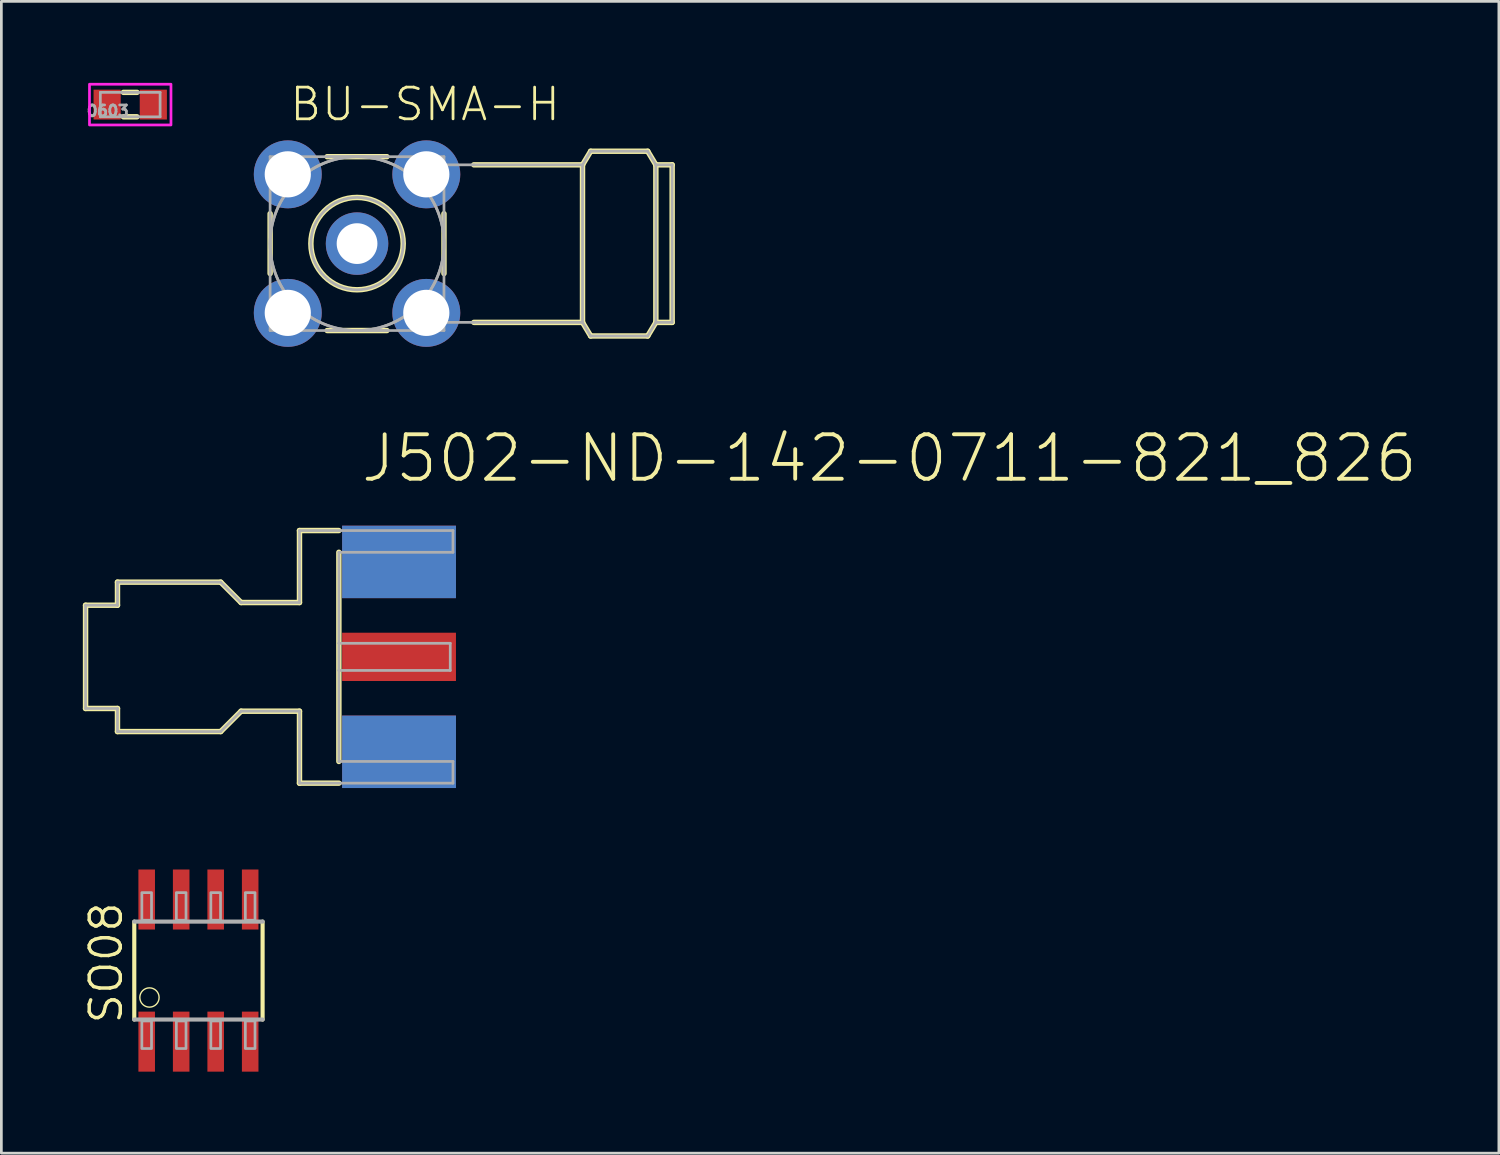
<source format=kicad_pcb>
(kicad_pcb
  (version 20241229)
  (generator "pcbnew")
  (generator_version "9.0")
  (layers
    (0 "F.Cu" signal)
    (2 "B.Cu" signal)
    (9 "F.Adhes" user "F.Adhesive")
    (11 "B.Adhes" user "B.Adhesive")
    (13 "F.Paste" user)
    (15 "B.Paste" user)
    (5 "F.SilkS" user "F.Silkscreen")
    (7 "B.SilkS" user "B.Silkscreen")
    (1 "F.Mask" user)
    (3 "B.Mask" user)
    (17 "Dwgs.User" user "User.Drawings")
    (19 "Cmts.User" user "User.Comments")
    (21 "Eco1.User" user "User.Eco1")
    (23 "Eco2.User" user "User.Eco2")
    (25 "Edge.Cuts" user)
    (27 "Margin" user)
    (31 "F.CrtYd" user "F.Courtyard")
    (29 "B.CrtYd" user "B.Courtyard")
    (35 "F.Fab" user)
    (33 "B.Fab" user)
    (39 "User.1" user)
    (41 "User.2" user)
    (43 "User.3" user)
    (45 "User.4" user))
  (footprint "0603"
    (layer "F.Cu")
    (at 1.744 0.8)
    (property "Reference" "0603" (at 0 0 0) (layer "F.Fab") (effects (font (size 0.4 0.4) (thickness 0.1)) (justify right top)))
    (fp_line (start -0.25 -0.45) (end 0.25 -0.45) (stroke (width 0.2) (type solid)) (layer "F.SilkS"))
    (fp_line (start -0.25 0.45) (end 0.25 0.45) (stroke (width 0.2) (type solid)) (layer "F.SilkS"))
    (fp_poly (pts (xy -1.5 0.75) (xy 1.5 0.75) (xy 1.5 -0.75) (xy -1.5 -0.75)) (stroke (width 0.1) (type solid)) (fill no) (layer "F.CrtYd"))
    (fp_line (start -1.1 -0.45) (end 1.1 -0.45) (stroke (width 0.1) (type solid)) (layer "F.Fab"))
    (fp_line (start -1.1 0.45) (end -1.1 -0.45) (stroke (width 0.1) (type solid)) (layer "F.Fab"))
    (fp_line (start 1.1 -0.45) (end 1.1 0.45) (stroke (width 0.1) (type solid)) (layer "F.Fab"))
    (fp_line (start 1.1 0.45) (end -1.1 0.45) (stroke (width 0.1) (type solid)) (layer "F.Fab"))
    (pad "1" smd rect (at -0.85 0) (size 1 1.1) (layers "F.Cu" "F.Mask" "F.Paste"))
    (pad "2" smd rect (at 0.85 0) (size 1 1.1) (layers "F.Cu" "F.Mask" "F.Paste")))
  (footprint "BU-SMA-H"
    (layer "F.Cu")
    (at 10.094 5.918)
    (property "Reference" "BU-SMA-H" (at -2.54 -4.445 0) (layer "F.SilkS") (effects (font (size 1.168 1.168) (thickness 0.102)) (justify left bottom)))
    (fp_line (start -3.2 1.1) (end -3.2 -1.1) (stroke (width 0.2) (type solid)) (layer "F.SilkS"))
    (fp_line (start -1.1 -3.2) (end 1.1 -3.2) (stroke (width 0.2) (type solid)) (layer "F.SilkS"))
    (fp_line (start 1.1 3.2) (end -1.1 3.2) (stroke (width 0.2) (type solid)) (layer "F.SilkS"))
    (fp_line (start 3.2 -1.1) (end 3.2 1.1) (stroke (width 0.2) (type solid)) (layer "F.SilkS"))
    (fp_line (start 4.3 -2.9) (end 8.3 -2.9) (stroke (width 0.2) (type solid)) (layer "F.SilkS"))
    (fp_line (start 4.3 2.9) (end 8.3 2.9) (stroke (width 0.2) (type solid)) (layer "F.SilkS"))
    (fp_line (start 8.3 -2.9) (end 8.6 -3.4) (stroke (width 0.2) (type solid)) (layer "F.SilkS"))
    (fp_line (start 8.3 2.9) (end 8.3 -2.9) (stroke (width 0.2) (type solid)) (layer "F.SilkS"))
    (fp_line (start 8.3 2.9) (end 8.6 3.4) (stroke (width 0.2) (type solid)) (layer "F.SilkS"))
    (fp_line (start 8.6 -3.4) (end 10.7 -3.4) (stroke (width 0.2) (type solid)) (layer "F.SilkS"))
    (fp_line (start 8.6 3.4) (end 10.7 3.4) (stroke (width 0.2) (type solid)) (layer "F.SilkS"))
    (fp_line (start 10.7 -3.4) (end 11 -2.9) (stroke (width 0.2) (type solid)) (layer "F.SilkS"))
    (fp_line (start 10.7 3.4) (end 11 2.9) (stroke (width 0.2) (type solid)) (layer "F.SilkS"))
    (fp_line (start 11 -2.9) (end 11.6 -2.9) (stroke (width 0.2) (type solid)) (layer "F.SilkS"))
    (fp_line (start 11 2.9) (end 11 -2.9) (stroke (width 0.2) (type solid)) (layer "F.SilkS"))
    (fp_line (start 11 2.9) (end 11.6 2.9) (stroke (width 0.2) (type solid)) (layer "F.SilkS"))
    (fp_line (start 11.6 2.9) (end 11.6 -2.9) (stroke (width 0.2) (type solid)) (layer "F.SilkS"))
    (fp_circle (center 0 0) (end 1.7 0) (stroke (width 0.2) (type solid)) (fill no) (layer "F.SilkS"))
    (fp_line (start -3.2 1.1) (end -3.2 -1.1) (stroke (width 0.1) (type solid)) (layer "F.Fab"))
    (fp_line (start -3.2 3.2) (end -3.2 -3.2) (stroke (width 0.1) (type solid)) (layer "F.Fab"))
    (fp_line (start -3.2 -3.2) (end 3.2 -3.2) (stroke (width 0.1) (type solid)) (layer "F.Fab"))
    (fp_line (start -1.1 -3.2) (end 1.1 -3.2) (stroke (width 0.1) (type solid)) (layer "F.Fab"))
    (fp_line (start 1.1 3.2) (end -1.1 3.2) (stroke (width 0.1) (type solid)) (layer "F.Fab"))
    (fp_line (start 3.2 3.2) (end -3.2 3.2) (stroke (width 0.1) (type solid)) (layer "F.Fab"))
    (fp_line (start 3.2 -3.2) (end 3.2 -2.9) (stroke (width 0.1) (type solid)) (layer "F.Fab"))
    (fp_line (start 3.2 -2.9) (end 3.2 2.9) (stroke (width 0.1) (type solid)) (layer "F.Fab"))
    (fp_line (start 3.2 -2.9) (end 4.3 -2.9) (stroke (width 0.1) (type solid)) (layer "F.Fab"))
    (fp_line (start 3.2 -1.1) (end 3.2 1.1) (stroke (width 0.1) (type solid)) (layer "F.Fab"))
    (fp_line (start 3.2 2.9) (end 3.2 3.2) (stroke (width 0.1) (type solid)) (layer "F.Fab"))
    (fp_line (start 3.2 2.9) (end 4.3 2.9) (stroke (width 0.1) (type solid)) (layer "F.Fab"))
    (fp_line (start 4.3 -2.9) (end 8.3 -2.9) (stroke (width 0.1) (type solid)) (layer "F.Fab"))
    (fp_line (start 4.3 2.9) (end 8.3 2.9) (stroke (width 0.1) (type solid)) (layer "F.Fab"))
    (fp_line (start 8.3 -2.9) (end 8.6 -3.4) (stroke (width 0.1) (type solid)) (layer "F.Fab"))
    (fp_line (start 8.3 2.9) (end 8.3 -2.9) (stroke (width 0.1) (type solid)) (layer "F.Fab"))
    (fp_line (start 8.3 2.9) (end 8.6 3.4) (stroke (width 0.1) (type solid)) (layer "F.Fab"))
    (fp_line (start 8.6 -3.4) (end 10.7 -3.4) (stroke (width 0.1) (type solid)) (layer "F.Fab"))
    (fp_line (start 8.6 3.4) (end 10.7 3.4) (stroke (width 0.1) (type solid)) (layer "F.Fab"))
    (fp_line (start 10.7 -3.4) (end 11 -2.9) (stroke (width 0.1) (type solid)) (layer "F.Fab"))
    (fp_line (start 10.7 3.4) (end 11 2.9) (stroke (width 0.1) (type solid)) (layer "F.Fab"))
    (fp_line (start 11 -2.9) (end 11.6 -2.9) (stroke (width 0.1) (type solid)) (layer "F.Fab"))
    (fp_line (start 11 2.9) (end 11 -2.9) (stroke (width 0.1) (type solid)) (layer "F.Fab"))
    (fp_line (start 11 2.9) (end 11.6 2.9) (stroke (width 0.1) (type solid)) (layer "F.Fab"))
    (fp_line (start 11.6 2.9) (end 11.6 -2.9) (stroke (width 0.1) (type solid)) (layer "F.Fab"))
    (fp_circle (center 0 0) (end 1.7 0) (stroke (width 0.1) (type solid)) (fill no) (layer "F.Fab"))
    (fp_circle (center 0 0) (end 3.2 0) (stroke (width 0.1) (type solid)) (fill no) (layer "F.Fab"))
    (fp_circle (center 0 0) (end 3.2 0) (stroke (width 0.1) (type solid)) (fill no) (layer "F.Fab"))
    (pad "1" thru_hole circle (at 0 0) (size 2.3 2.3) (drill 1.5) (layers "*.Cu" "*.Mask"))
    (pad "2" thru_hole circle (at -2.55 -2.55) (size 2.5 2.5) (drill 1.7) (layers "*.Cu" "*.Mask"))
    (pad "3" thru_hole circle (at 2.55 -2.55) (size 2.5 2.5) (drill 1.7) (layers "*.Cu" "*.Mask"))
    (pad "4" thru_hole circle (at 2.55 2.55) (size 2.5 2.5) (drill 1.7) (layers "*.Cu" "*.Mask"))
    (pad "5" thru_hole circle (at -2.55 2.55) (size 2.5 2.5) (drill 1.7) (layers "*.Cu" "*.Mask")))
  (footprint "SO08"
    (layer "F.Cu")
    (at 4.255 32.68)
    (property "Reference" "SO08" (at -2.731 2.032 90) (layer "F.SilkS") (effects (font (size 1.143 1.143) (thickness 0.127)) (justify left bottom)))
    (fp_line (start -2.362 -1.803) (end -2.362 1.803) (stroke (width 0.152) (type solid)) (layer "F.SilkS"))
    (fp_line (start 2.362 1.803) (end 2.362 -1.803) (stroke (width 0.152) (type solid)) (layer "F.SilkS"))
    (fp_circle (center -1.803 0.991) (end -1.448 0.991) (stroke (width 0.051) (type solid)) (fill no) (layer "F.SilkS"))
    (fp_line (start -2.362 1.803) (end 2.362 1.803) (stroke (width 0.152) (type solid)) (layer "F.Fab"))
    (fp_line (start 2.362 -1.803) (end -2.362 -1.803) (stroke (width 0.152) (type solid)) (layer "F.Fab"))
    (fp_poly (pts (xy -2.083 -1.854) (xy -1.727 -1.854) (xy -1.727 -2.87) (xy -2.083 -2.87)) (stroke (width 0.1) (type solid)) (fill no) (layer "F.Fab"))
    (fp_poly (pts (xy -2.083 2.87) (xy -1.727 2.87) (xy -1.727 1.854) (xy -2.083 1.854)) (stroke (width 0.1) (type solid)) (fill no) (layer "F.Fab"))
    (fp_poly (pts (xy -0.813 -1.854) (xy -0.457 -1.854) (xy -0.457 -2.87) (xy -0.813 -2.87)) (stroke (width 0.1) (type solid)) (fill no) (layer "F.Fab"))
    (fp_poly (pts (xy -0.813 2.87) (xy -0.457 2.87) (xy -0.457 1.854) (xy -0.813 1.854)) (stroke (width 0.1) (type solid)) (fill no) (layer "F.Fab"))
    (fp_poly (pts (xy 0.457 -1.854) (xy 0.813 -1.854) (xy 0.813 -2.87) (xy 0.457 -2.87)) (stroke (width 0.1) (type solid)) (fill no) (layer "F.Fab"))
    (fp_poly (pts (xy 0.457 2.87) (xy 0.813 2.87) (xy 0.813 1.854) (xy 0.457 1.854)) (stroke (width 0.1) (type solid)) (fill no) (layer "F.Fab"))
    (fp_poly (pts (xy 1.727 -1.854) (xy 2.083 -1.854) (xy 2.083 -2.87) (xy 1.727 -2.87)) (stroke (width 0.1) (type solid)) (fill no) (layer "F.Fab"))
    (fp_poly (pts (xy 1.727 2.87) (xy 2.083 2.87) (xy 2.083 1.854) (xy 1.727 1.854)) (stroke (width 0.1) (type solid)) (fill no) (layer "F.Fab"))
    (pad "1" smd rect (at -1.905 2.616) (size 0.61 2.21) (layers "F.Cu" "F.Mask" "F.Paste"))
    (pad "2" smd rect (at -0.635 2.616) (size 0.61 2.21) (layers "F.Cu" "F.Mask" "F.Paste"))
    (pad "3" smd rect (at 0.635 2.616) (size 0.61 2.21) (layers "F.Cu" "F.Mask" "F.Paste"))
    (pad "4" smd rect (at 1.905 2.616) (size 0.61 2.21) (layers "F.Cu" "F.Mask" "F.Paste"))
    (pad "5" smd rect (at 1.905 -2.616) (size 0.61 2.21) (layers "F.Cu" "F.Mask" "F.Paste"))
    (pad "6" smd rect (at 0.635 -2.616) (size 0.61 2.21) (layers "F.Cu" "F.Mask" "F.Paste"))
    (pad "7" smd rect (at -0.635 -2.616) (size 0.61 2.21) (layers "F.Cu" "F.Mask" "F.Paste"))
    (pad "8" smd rect (at -1.905 -2.616) (size 0.61 2.21) (layers "F.Cu" "F.Mask" "F.Paste")))
  (footprint "J502-ND-142-0711-821_826"
    (layer "F.Cu")
    (at 9.525 21.131)
    (property "Reference" "J502-ND-142-0711-821_826" (at 0.635 -6.35 0) (layer "F.SilkS") (effects (font (size 1.636 1.636) (thickness 0.142)) (justify left bottom)))
    (fp_line (start -9.425 -1.9) (end -8.25 -1.9) (stroke (width 0.2) (type solid)) (layer "F.SilkS"))
    (fp_line (start -9.425 1.9) (end -9.425 -1.9) (stroke (width 0.2) (type solid)) (layer "F.SilkS"))
    (fp_line (start -8.25 -2.75) (end -4.45 -2.75) (stroke (width 0.2) (type solid)) (layer "F.SilkS"))
    (fp_line (start -8.25 -1.9) (end -8.25 -2.75) (stroke (width 0.2) (type solid)) (layer "F.SilkS"))
    (fp_line (start -8.25 1.9) (end -9.425 1.9) (stroke (width 0.2) (type solid)) (layer "F.SilkS"))
    (fp_line (start -8.25 2.75) (end -8.25 1.9) (stroke (width 0.2) (type solid)) (layer "F.SilkS"))
    (fp_line (start -4.45 -2.75) (end -3.7 -2) (stroke (width 0.2) (type solid)) (layer "F.SilkS"))
    (fp_line (start -4.45 2.75) (end -8.25 2.75) (stroke (width 0.2) (type solid)) (layer "F.SilkS"))
    (fp_line (start -3.7 -2) (end -1.55 -2) (stroke (width 0.2) (type solid)) (layer "F.SilkS"))
    (fp_line (start -3.7 2) (end -4.45 2.75) (stroke (width 0.2) (type solid)) (layer "F.SilkS"))
    (fp_line (start -1.55 -4.65) (end -0.1 -4.65) (stroke (width 0.2) (type solid)) (layer "F.SilkS"))
    (fp_line (start -1.55 -2) (end -1.55 -4.65) (stroke (width 0.2) (type solid)) (layer "F.SilkS"))
    (fp_line (start -1.55 2) (end -3.7 2) (stroke (width 0.2) (type solid)) (layer "F.SilkS"))
    (fp_line (start -1.55 4.65) (end -1.55 2) (stroke (width 0.2) (type solid)) (layer "F.SilkS"))
    (fp_line (start -0.1 3.85) (end -0.1 -3.85) (stroke (width 0.2) (type solid)) (layer "F.SilkS"))
    (fp_line (start -0.1 4.65) (end -1.55 4.65) (stroke (width 0.2) (type solid)) (layer "F.SilkS"))
    (fp_line (start -9.425 -1.9) (end -8.25 -1.9) (stroke (width 0.1) (type solid)) (layer "F.Fab"))
    (fp_line (start -9.425 1.9) (end -9.425 -1.9) (stroke (width 0.1) (type solid)) (layer "F.Fab"))
    (fp_line (start -8.25 -2.75) (end -4.45 -2.75) (stroke (width 0.1) (type solid)) (layer "F.Fab"))
    (fp_line (start -8.25 -1.9) (end -8.25 -2.75) (stroke (width 0.1) (type solid)) (layer "F.Fab"))
    (fp_line (start -8.25 1.9) (end -9.425 1.9) (stroke (width 0.1) (type solid)) (layer "F.Fab"))
    (fp_line (start -8.25 2.75) (end -8.25 1.9) (stroke (width 0.1) (type solid)) (layer "F.Fab"))
    (fp_line (start -4.45 -2.75) (end -3.7 -2) (stroke (width 0.1) (type solid)) (layer "F.Fab"))
    (fp_line (start -4.45 2.75) (end -8.25 2.75) (stroke (width 0.1) (type solid)) (layer "F.Fab"))
    (fp_line (start -3.7 -2) (end -1.55 -2) (stroke (width 0.1) (type solid)) (layer "F.Fab"))
    (fp_line (start -3.7 2) (end -4.45 2.75) (stroke (width 0.1) (type solid)) (layer "F.Fab"))
    (fp_line (start -1.55 -4.65) (end 4.1 -4.65) (stroke (width 0.1) (type solid)) (layer "F.Fab"))
    (fp_line (start -1.55 -2) (end -1.55 -4.65) (stroke (width 0.1) (type solid)) (layer "F.Fab"))
    (fp_line (start -1.55 2) (end -3.7 2) (stroke (width 0.1) (type solid)) (layer "F.Fab"))
    (fp_line (start -1.55 4.65) (end -1.55 2) (stroke (width 0.1) (type solid)) (layer "F.Fab"))
    (fp_line (start -0.1 -3.85) (end 4.1 -3.85) (stroke (width 0.1) (type solid)) (layer "F.Fab"))
    (fp_line (start -0.1 -0.5) (end -0.1 -3.85) (stroke (width 0.1) (type solid)) (layer "F.Fab"))
    (fp_line (start -0.1 -0.5) (end 4 -0.5) (stroke (width 0.1) (type solid)) (layer "F.Fab"))
    (fp_line (start -0.1 0.5) (end -0.1 -0.5) (stroke (width 0.1) (type solid)) (layer "F.Fab"))
    (fp_line (start -0.1 3.85) (end -0.1 0.5) (stroke (width 0.1) (type solid)) (layer "F.Fab"))
    (fp_line (start 4 -0.5) (end 4 0.5) (stroke (width 0.1) (type solid)) (layer "F.Fab"))
    (fp_line (start 4 0.5) (end -0.1 0.5) (stroke (width 0.1) (type solid)) (layer "F.Fab"))
    (fp_line (start 4.1 -3.85) (end 4.1 -4.65) (stroke (width 0.1) (type solid)) (layer "F.Fab"))
    (fp_line (start 4.1 3.85) (end -0.1 3.85) (stroke (width 0.1) (type solid)) (layer "F.Fab"))
    (fp_line (start 4.1 4.65) (end -1.55 4.65) (stroke (width 0.1) (type solid)) (layer "F.Fab"))
    (fp_line (start 4.1 4.65) (end 4.1 3.85) (stroke (width 0.1) (type solid)) (layer "F.Fab"))
    (pad "1" smd rect (at 2.115 0) (size 4.191 1.778) (layers "F.Cu" "F.Mask" "F.Paste"))
    (pad "G@1" smd rect (at 2.115 -3.495) (size 4.191 2.667) (layers "F.Cu" "F.Mask" "F.Paste"))
    (pad "G@2" smd rect (at 2.115 3.495) (size 4.191 2.667) (layers "F.Cu" "F.Mask" "F.Paste"))
    (pad "G@3" smd rect (at 2.115 -3.495) (size 4.191 2.667) (layers "B.Cu" "B.Mask" "B.Paste"))
    (pad "G@4" smd rect (at 2.115 3.495) (size 4.191 2.667) (layers "B.Cu" "B.Mask" "B.Paste")))
  (gr_rect
    (start -3 -3)
    (end 52.128 39.401)
    (stroke (width 0.1) (type default))
    (fill no)
    (layer "Edge.Cuts")))
</source>
